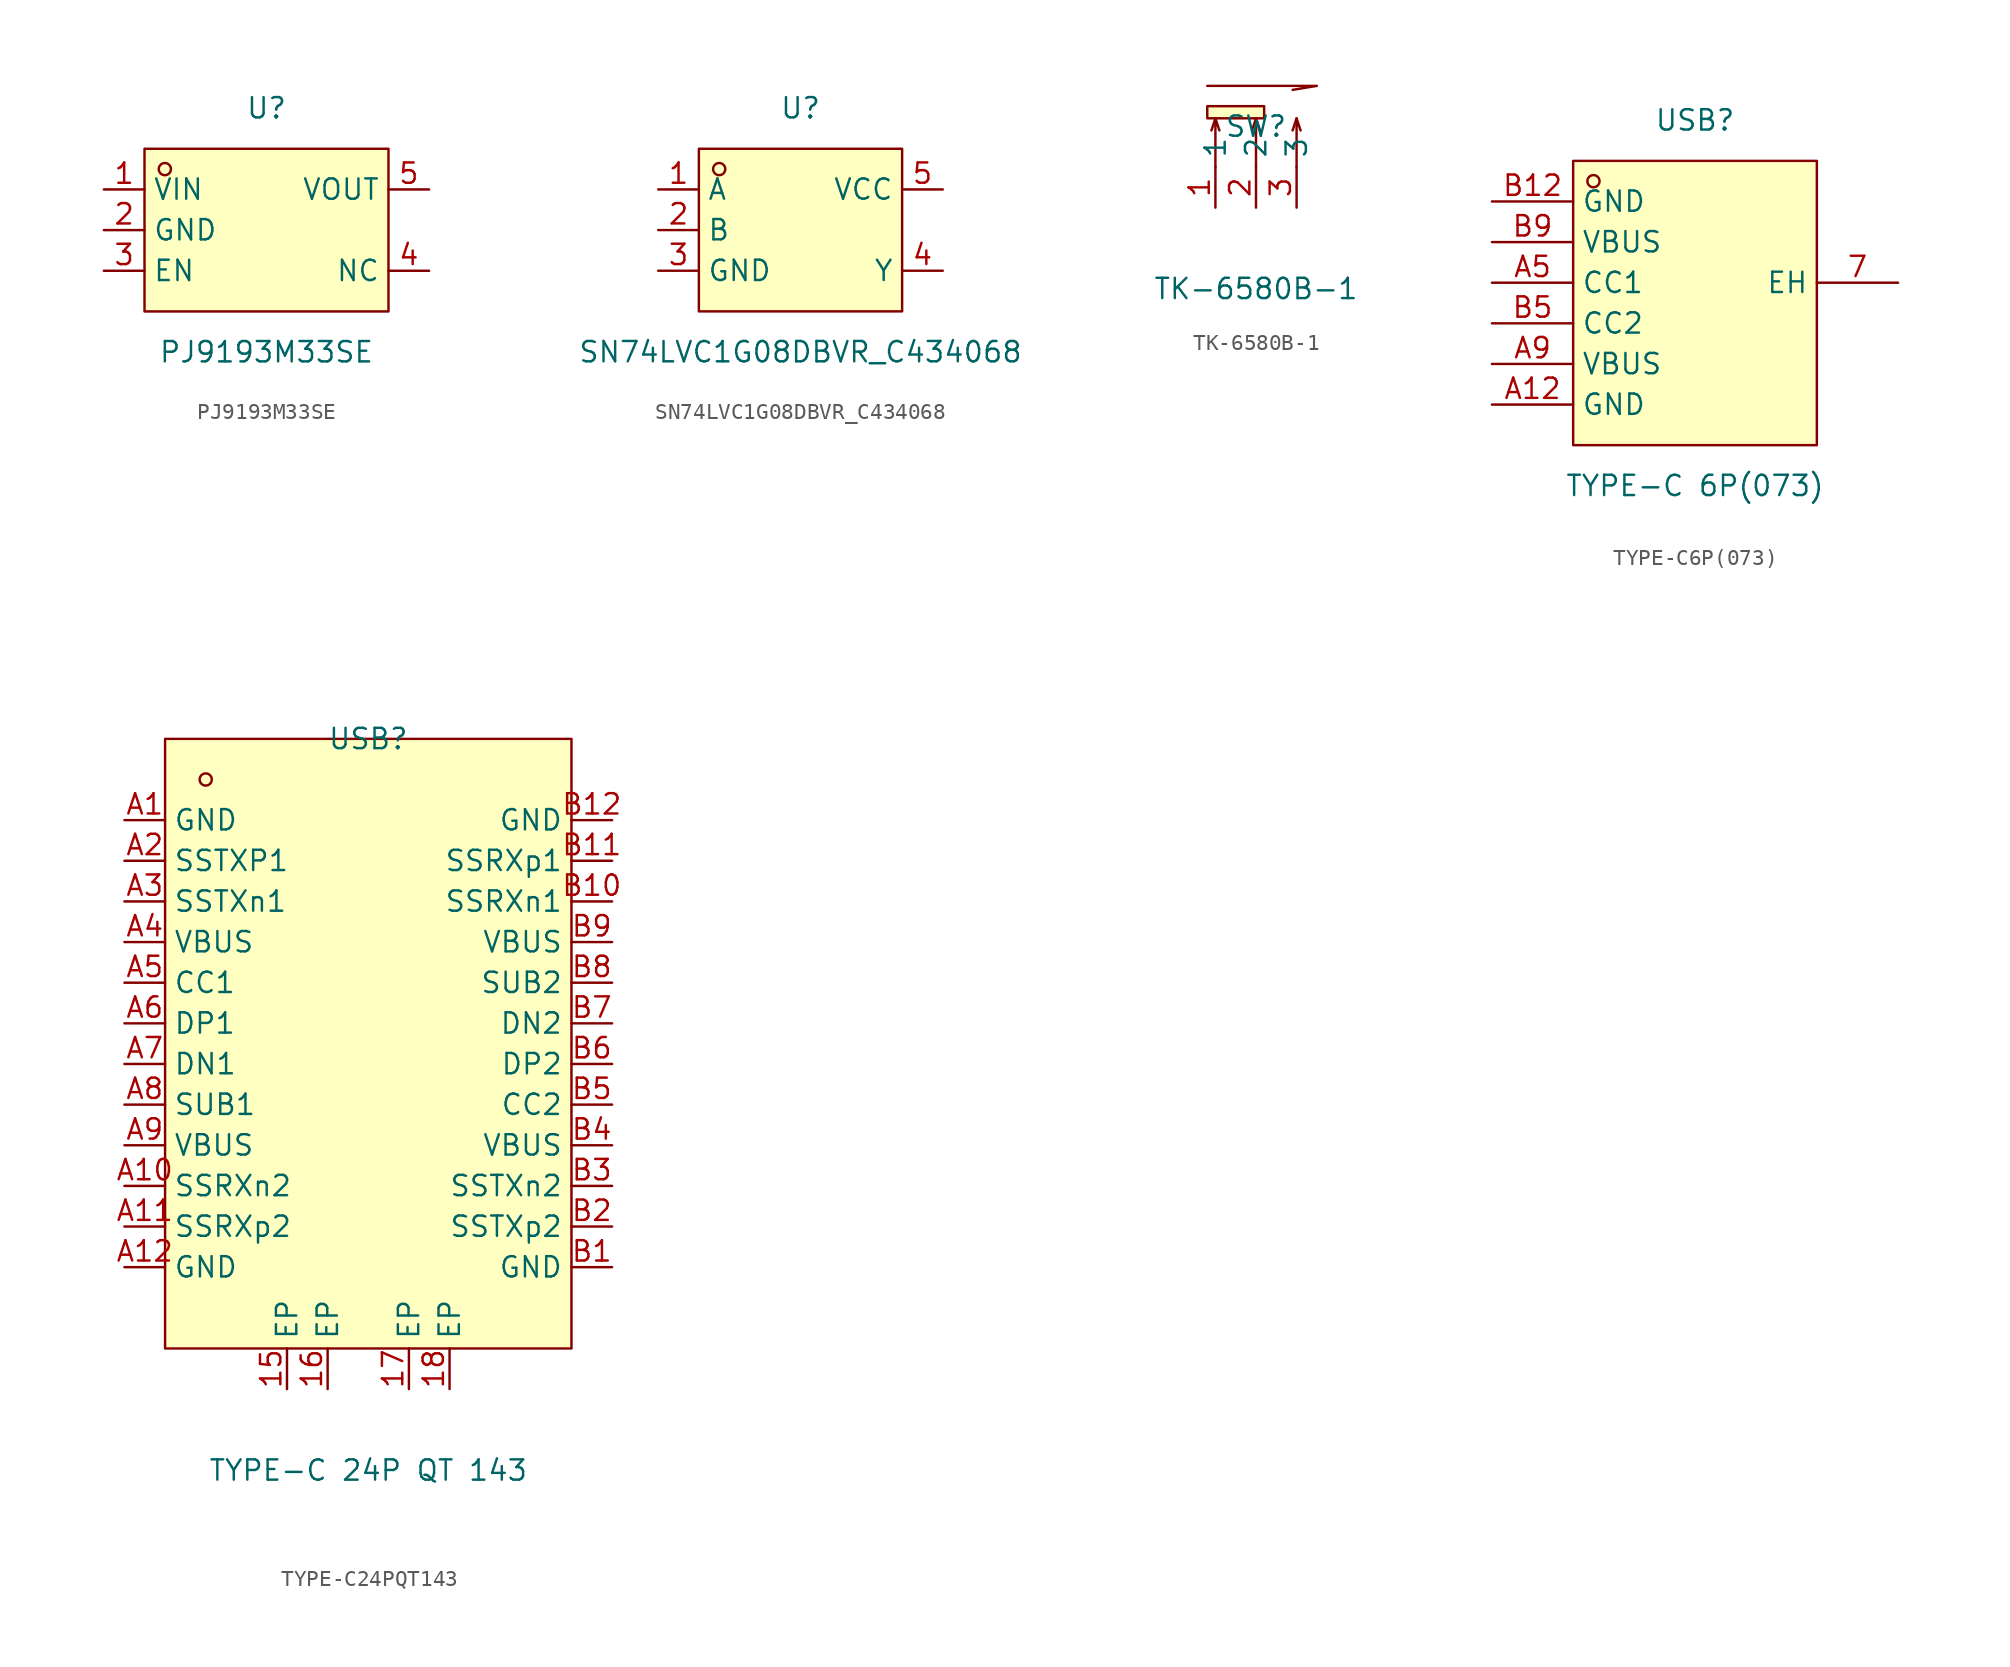
<source format=kicad_sym>
(kicad_symbol_lib
  (version 20220914)
  (generator https://github.com/uPesy/easyeda2kicad.py)
  (symbol "PJ9193M33SE"
    (property "Reference" "U"
      (at 0 7.62 0)
      (effects (font (size 1.27 1.27))))
    (property "Value" "PJ9193M33SE"
      (at 0 -7.62 0)
      (effects (font (size 1.27 1.27))))
    (symbol "PJ9193M33SE_0_1"
      (rectangle (start -7.62 5.08) (end 7.62 -5.08) (stroke (width 0) (type default)) (fill (type background)))
      (circle (center -6.35 3.81) (radius 0.38) (stroke (width 0) (type default)) (fill (type none)))
      (pin unspecified line (at -10.16 2.54 0) (length 2.54) (name "VIN" (effects (font (size 1.27 1.27)))) (number "1" (effects (font (size 1.27 1.27)))))
      (pin unspecified line (at -10.16 0 0) (length 2.54) (name "GND" (effects (font (size 1.27 1.27)))) (number "2" (effects (font (size 1.27 1.27)))))
      (pin unspecified line (at -10.16 -2.54 0) (length 2.54) (name "EN" (effects (font (size 1.27 1.27)))) (number "3" (effects (font (size 1.27 1.27)))))
      (pin unspecified line (at 10.16 -2.54 180) (length 2.54) (name "NC" (effects (font (size 1.27 1.27)))) (number "4" (effects (font (size 1.27 1.27)))))
      (pin unspecified line (at 10.16 2.54 180) (length 2.54) (name "VOUT" (effects (font (size 1.27 1.27)))) (number "5" (effects (font (size 1.27 1.27)))))))
  (symbol "SN74LVC1G08DBVR_C434068"
    (property "Reference" "U"
      (at 0 7.62 0)
      (effects (font (size 1.27 1.27))))
    (property "Value" "SN74LVC1G08DBVR_C434068"
      (at 0 -7.62 0)
      (effects (font (size 1.27 1.27))))
    (symbol "SN74LVC1G08DBVR_C434068_0_1"
      (rectangle (start -6.35 5.08) (end 6.35 -5.08) (stroke (width 0) (type default)) (fill (type background)))
      (circle (center -5.08 3.81) (radius 0.38) (stroke (width 0) (type default)) (fill (type none)))
      (pin unspecified line (at -8.89 2.54 0) (length 2.54) (name "A" (effects (font (size 1.27 1.27)))) (number "1" (effects (font (size 1.27 1.27)))))
      (pin unspecified line (at -8.89 0 0) (length 2.54) (name "B" (effects (font (size 1.27 1.27)))) (number "2" (effects (font (size 1.27 1.27)))))
      (pin unspecified line (at -8.89 -2.54 0) (length 2.54) (name "GND" (effects (font (size 1.27 1.27)))) (number "3" (effects (font (size 1.27 1.27)))))
      (pin unspecified line (at 8.89 -2.54 180) (length 2.54) (name "Y" (effects (font (size 1.27 1.27)))) (number "4" (effects (font (size 1.27 1.27)))))
      (pin unspecified line (at 8.89 2.54 180) (length 2.54) (name "VCC" (effects (font (size 1.27 1.27)))) (number "5" (effects (font (size 1.27 1.27)))))))
  (symbol "TK-6580B-1"
    (property "Reference" "SW"
      (at 0 0 0)
      (effects (font (size 1.27 1.27))))
    (property "Value" "TK-6580B-1"
      (at 0 -10.16 0)
      (effects (font (size 1.27 1.27))))
    (symbol "TK-6580B-1_0_1"
      (rectangle (start -3.05 1.27) (end 0.51 0.51) (stroke (width 0) (type default)) (fill (type background)))
      (polyline (pts (xy -2.54 0.51) (xy -2.79 -0.25)) (stroke (width 0) (type default)) (fill (type none)))
      (polyline (pts (xy 0 0.51) (xy -0.25 -0.25)) (stroke (width 0) (type default)) (fill (type none)))
      (polyline (pts (xy 2.54 0.51) (xy 2.29 -0.25)) (stroke (width 0) (type default)) (fill (type none)))
      (polyline (pts (xy -3.05 2.54) (xy 3.81 2.54) (xy 2.29 2.29)) (stroke (width 0) (type default)) (fill (type none)))
      (polyline (pts (xy -2.54 -2.54) (xy -2.54 0.51) (xy -2.29 -0.25)) (stroke (width 0) (type default)) (fill (type none)))
      (polyline (pts (xy 0 -2.54) (xy 0 0.51) (xy 0.25 -0.25)) (stroke (width 0) (type default)) (fill (type none)))
      (polyline (pts (xy 2.54 -2.54) (xy 2.54 0.51) (xy 2.79 -0.25)) (stroke (width 0) (type default)) (fill (type none)))
      (pin unspecified line (at -2.54 -5.08 90) (length 2.54) (name "1" (effects (font (size 1.27 1.27)))) (number "1" (effects (font (size 1.27 1.27)))))
      (pin unspecified line (at 0 -5.08 90) (length 2.54) (name "2" (effects (font (size 1.27 1.27)))) (number "2" (effects (font (size 1.27 1.27)))))
      (pin unspecified line (at 2.54 -5.08 90) (length 2.54) (name "3" (effects (font (size 1.27 1.27)))) (number "3" (effects (font (size 1.27 1.27)))))))
  (symbol "TYPE-C6P(073)"
    (property "Reference" "USB"
      (at 0 10.16 0)
      (effects (font (size 1.27 1.27))))
    (property "Value" "TYPE-C 6P(073)"
      (at 0 -12.7 0)
      (effects (font (size 1.27 1.27))))
    (symbol "TYPE-C6P(073)_0_1"
      (rectangle (start -7.62 7.62) (end 7.62 -10.16) (stroke (width 0) (type default)) (fill (type background)))
      (circle (center -6.35 6.35) (radius 0.38) (stroke (width 0) (type default)) (fill (type none)))
      (pin unspecified line (at 12.7 0 180) (length 5.08) (name "EH" (effects (font (size 1.27 1.27)))) (number "7" (effects (font (size 1.27 1.27)))))
      (pin unspecified line (at -12.7 -7.62 0) (length 5.08) (name "GND" (effects (font (size 1.27 1.27)))) (number "A12" (effects (font (size 1.27 1.27)))))
      (pin unspecified line (at -12.7 0 0) (length 5.08) (name "CC1" (effects (font (size 1.27 1.27)))) (number "A5" (effects (font (size 1.27 1.27)))))
      (pin unspecified line (at -12.7 -5.08 0) (length 5.08) (name "VBUS" (effects (font (size 1.27 1.27)))) (number "A9" (effects (font (size 1.27 1.27)))))
      (pin unspecified line (at -12.7 5.08 0) (length 5.08) (name "GND" (effects (font (size 1.27 1.27)))) (number "B12" (effects (font (size 1.27 1.27)))))
      (pin unspecified line (at -12.7 -2.54 0) (length 5.08) (name "CC2" (effects (font (size 1.27 1.27)))) (number "B5" (effects (font (size 1.27 1.27)))))
      (pin unspecified line (at -12.7 2.54 0) (length 5.08) (name "VBUS" (effects (font (size 1.27 1.27)))) (number "B9" (effects (font (size 1.27 1.27)))))))
  (symbol "TYPE-C24PQT143"
    (property "Reference" "USB"
      (at 0 20.32 0)
      (effects (font (size 1.27 1.27))))
    (property "Value" "TYPE-C 24P QT 143"
      (at 0 -25.4 0)
      (effects (font (size 1.27 1.27))))
    (symbol "TYPE-C24PQT143_0_1"
      (rectangle (start -12.7 20.32) (end 12.7 -17.78) (stroke (width 0) (type default)) (fill (type background)))
      (circle (center -10.16 17.78) (radius 0.38) (stroke (width 0) (type default)) (fill (type none)))
      (pin unspecified line (at -5.08 -20.32 90) (length 2.54) (name "EP" (effects (font (size 1.27 1.27)))) (number "15" (effects (font (size 1.27 1.27)))))
      (pin unspecified line (at -2.54 -20.32 90) (length 2.54) (name "EP" (effects (font (size 1.27 1.27)))) (number "16" (effects (font (size 1.27 1.27)))))
      (pin unspecified line (at 2.54 -20.32 90) (length 2.54) (name "EP" (effects (font (size 1.27 1.27)))) (number "17" (effects (font (size 1.27 1.27)))))
      (pin unspecified line (at 5.08 -20.32 90) (length 2.54) (name "EP" (effects (font (size 1.27 1.27)))) (number "18" (effects (font (size 1.27 1.27)))))
      (pin unspecified line (at -15.24 15.24 0) (length 2.54) (name "GND" (effects (font (size 1.27 1.27)))) (number "A1" (effects (font (size 1.27 1.27)))))
      (pin unspecified line (at -15.24 -7.62 0) (length 2.54) (name "SSRXn2" (effects (font (size 1.27 1.27)))) (number "A10" (effects (font (size 1.27 1.27)))))
      (pin unspecified line (at -15.24 -10.16 0) (length 2.54) (name "SSRXp2" (effects (font (size 1.27 1.27)))) (number "A11" (effects (font (size 1.27 1.27)))))
      (pin unspecified line (at -15.24 -12.7 0) (length 2.54) (name "GND" (effects (font (size 1.27 1.27)))) (number "A12" (effects (font (size 1.27 1.27)))))
      (pin unspecified line (at -15.24 12.7 0) (length 2.54) (name "SSTXP1" (effects (font (size 1.27 1.27)))) (number "A2" (effects (font (size 1.27 1.27)))))
      (pin unspecified line (at -15.24 10.16 0) (length 2.54) (name "SSTXn1" (effects (font (size 1.27 1.27)))) (number "A3" (effects (font (size 1.27 1.27)))))
      (pin unspecified line (at -15.24 7.62 0) (length 2.54) (name "VBUS" (effects (font (size 1.27 1.27)))) (number "A4" (effects (font (size 1.27 1.27)))))
      (pin unspecified line (at -15.24 5.08 0) (length 2.54) (name "CC1" (effects (font (size 1.27 1.27)))) (number "A5" (effects (font (size 1.27 1.27)))))
      (pin unspecified line (at -15.24 2.54 0) (length 2.54) (name "DP1" (effects (font (size 1.27 1.27)))) (number "A6" (effects (font (size 1.27 1.27)))))
      (pin unspecified line (at -15.24 0 0) (length 2.54) (name "DN1" (effects (font (size 1.27 1.27)))) (number "A7" (effects (font (size 1.27 1.27)))))
      (pin unspecified line (at -15.24 -2.54 0) (length 2.54) (name "SUB1" (effects (font (size 1.27 1.27)))) (number "A8" (effects (font (size 1.27 1.27)))))
      (pin unspecified line (at -15.24 -5.08 0) (length 2.54) (name "VBUS" (effects (font (size 1.27 1.27)))) (number "A9" (effects (font (size 1.27 1.27)))))
      (pin unspecified line (at 15.24 -12.7 180) (length 2.54) (name "GND" (effects (font (size 1.27 1.27)))) (number "B1" (effects (font (size 1.27 1.27)))))
      (pin unspecified line (at 15.24 10.16 180) (length 2.54) (name "SSRXn1" (effects (font (size 1.27 1.27)))) (number "B10" (effects (font (size 1.27 1.27)))))
      (pin unspecified line (at 15.24 12.7 180) (length 2.54) (name "SSRXp1" (effects (font (size 1.27 1.27)))) (number "B11" (effects (font (size 1.27 1.27)))))
      (pin unspecified line (at 15.24 15.24 180) (length 2.54) (name "GND" (effects (font (size 1.27 1.27)))) (number "B12" (effects (font (size 1.27 1.27)))))
      (pin unspecified line (at 15.24 -10.16 180) (length 2.54) (name "SSTXp2" (effects (font (size 1.27 1.27)))) (number "B2" (effects (font (size 1.27 1.27)))))
      (pin unspecified line (at 15.24 -7.62 180) (length 2.54) (name "SSTXn2" (effects (font (size 1.27 1.27)))) (number "B3" (effects (font (size 1.27 1.27)))))
      (pin unspecified line (at 15.24 -5.08 180) (length 2.54) (name "VBUS" (effects (font (size 1.27 1.27)))) (number "B4" (effects (font (size 1.27 1.27)))))
      (pin unspecified line (at 15.24 -2.54 180) (length 2.54) (name "CC2" (effects (font (size 1.27 1.27)))) (number "B5" (effects (font (size 1.27 1.27)))))
      (pin unspecified line (at 15.24 0 180) (length 2.54) (name "DP2" (effects (font (size 1.27 1.27)))) (number "B6" (effects (font (size 1.27 1.27)))))
      (pin unspecified line (at 15.24 2.54 180) (length 2.54) (name "DN2" (effects (font (size 1.27 1.27)))) (number "B7" (effects (font (size 1.27 1.27)))))
      (pin unspecified line (at 15.24 5.08 180) (length 2.54) (name "SUB2" (effects (font (size 1.27 1.27)))) (number "B8" (effects (font (size 1.27 1.27)))))
      (pin unspecified line (at 15.24 7.62 180) (length 2.54) (name "VBUS" (effects (font (size 1.27 1.27)))) (number "B9" (effects (font (size 1.27 1.27))))))))
</source>
